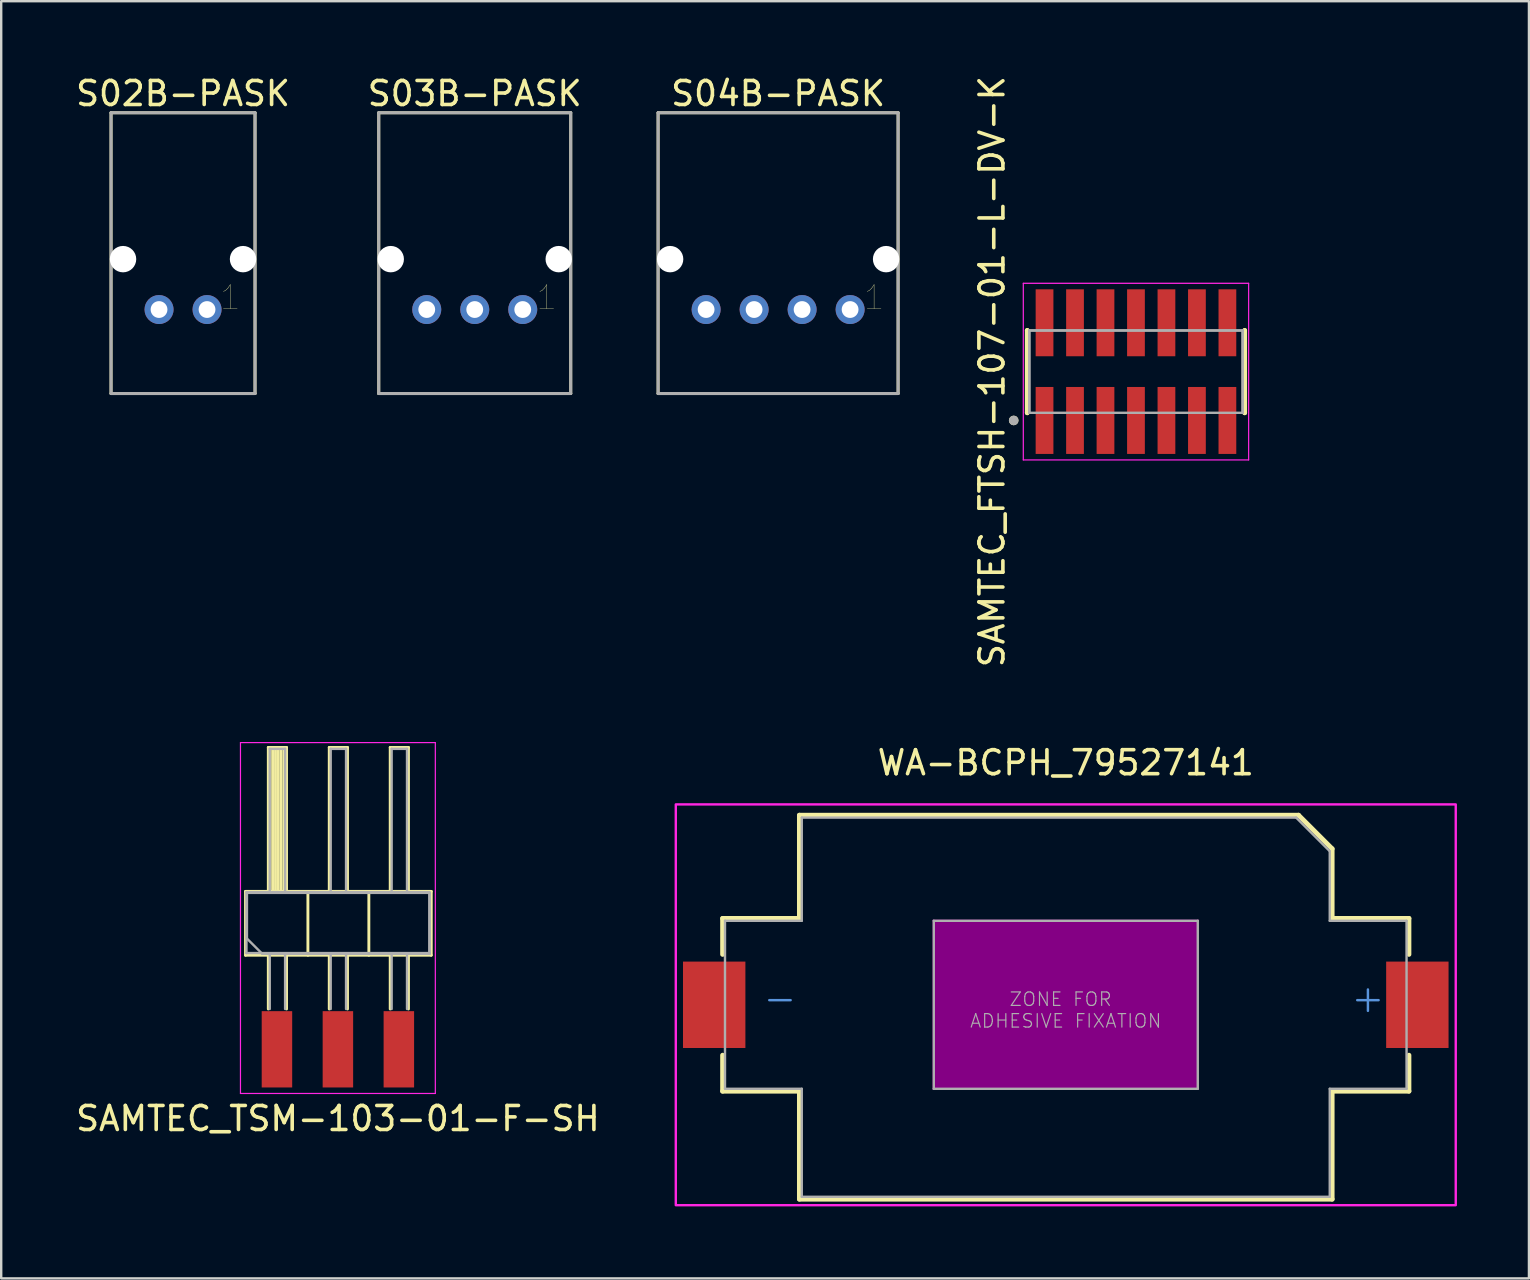
<source format=kicad_pcb>
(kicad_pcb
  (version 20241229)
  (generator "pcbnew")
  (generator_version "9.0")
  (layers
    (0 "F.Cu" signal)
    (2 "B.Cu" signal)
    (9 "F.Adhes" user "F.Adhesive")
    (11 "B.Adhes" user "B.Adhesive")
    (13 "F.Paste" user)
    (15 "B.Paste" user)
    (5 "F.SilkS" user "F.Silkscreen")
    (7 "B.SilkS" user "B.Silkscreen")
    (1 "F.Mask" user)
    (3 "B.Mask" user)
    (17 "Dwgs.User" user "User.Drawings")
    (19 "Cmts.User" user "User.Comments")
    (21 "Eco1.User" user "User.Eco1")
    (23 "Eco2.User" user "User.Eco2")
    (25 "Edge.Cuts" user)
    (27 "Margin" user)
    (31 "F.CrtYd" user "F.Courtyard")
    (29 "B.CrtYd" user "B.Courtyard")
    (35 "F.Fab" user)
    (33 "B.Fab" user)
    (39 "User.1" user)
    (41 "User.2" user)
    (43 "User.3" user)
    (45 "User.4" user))
  (footprint "WA-BCPH_79527141"
    (layer "F.Cu")
    (at 41.36 38.819)
    (property "Reference" "WA-BCPH_79527141" (at 0 -9.5 0) (layer "F.SilkS") (effects (font (size 1 1) (thickness 0.15)) (justify bottom)))
    (fp_line (start -14.3 -3.6) (end -14.3 -2.1) (stroke (width 0.2) (type solid)) (layer "F.SilkS"))
    (fp_line (start -14.3 -3.6) (end -11.1 -3.6) (stroke (width 0.2) (type solid)) (layer "F.SilkS"))
    (fp_line (start -14.3 3.6) (end -14.3 2.1) (stroke (width 0.2) (type solid)) (layer "F.SilkS"))
    (fp_line (start -11.1 -7.9) (end 9.7 -7.9) (stroke (width 0.2) (type solid)) (layer "F.SilkS"))
    (fp_line (start -11.1 -3.6) (end -11.1 -7.9) (stroke (width 0.2) (type solid)) (layer "F.SilkS"))
    (fp_line (start -11.1 3.6) (end -14.3 3.6) (stroke (width 0.2) (type solid)) (layer "F.SilkS"))
    (fp_line (start -11.1 8.1) (end -11.1 3.6) (stroke (width 0.2) (type solid)) (layer "F.SilkS"))
    (fp_line (start 9.7 -7.9) (end 11.1 -6.5) (stroke (width 0.2) (type solid)) (layer "F.SilkS"))
    (fp_line (start 11.1 -6.5) (end 11.1 -3.6) (stroke (width 0.2) (type solid)) (layer "F.SilkS"))
    (fp_line (start 11.1 -3.6) (end 14.3 -3.6) (stroke (width 0.2) (type solid)) (layer "F.SilkS"))
    (fp_line (start 11.1 3.6) (end 11.1 8.1) (stroke (width 0.2) (type solid)) (layer "F.SilkS"))
    (fp_line (start 11.1 8.1) (end -11.1 8.1) (stroke (width 0.2) (type solid)) (layer "F.SilkS"))
    (fp_line (start 14.3 -3.6) (end 14.3 -2.1) (stroke (width 0.2) (type solid)) (layer "F.SilkS"))
    (fp_line (start 14.3 2.1) (end 14.3 3.6) (stroke (width 0.2) (type solid)) (layer "F.SilkS"))
    (fp_line (start 14.3 3.6) (end 11.1 3.6) (stroke (width 0.2) (type solid)) (layer "F.SilkS"))
    (fp_poly (pts (xy 5.55 3.55) (xy -5.55 3.55) (xy -5.55 -3.55) (xy 5.55 -3.55)) (stroke (width 0) (type default)) (fill yes) (layer "F.Adhes"))
    (fp_poly (pts (xy 16.25 8.35) (xy -16.25 8.35) (xy -16.25 -8.35) (xy 16.25 -8.35)) (stroke (width 0.1) (type default)) (fill no) (layer "F.CrtYd"))
    (fp_line (start -14.2 -3.5) (end -11 -3.5) (stroke (width 0.1) (type solid)) (layer "F.Fab"))
    (fp_line (start -14.2 3.5) (end -14.2 -3.5) (stroke (width 0.1) (type solid)) (layer "F.Fab"))
    (fp_line (start -14.2 3.5) (end -11 3.5) (stroke (width 0.1) (type solid)) (layer "F.Fab"))
    (fp_line (start -11 -7.8) (end 9.6 -7.8) (stroke (width 0.1) (type solid)) (layer "F.Fab"))
    (fp_line (start -11 -3.5) (end -11 -7.8) (stroke (width 0.1) (type solid)) (layer "F.Fab"))
    (fp_line (start -11 3.5) (end -11 8) (stroke (width 0.1) (type solid)) (layer "F.Fab"))
    (fp_line (start -11 8) (end 11 8) (stroke (width 0.1) (type solid)) (layer "F.Fab"))
    (fp_line (start -5.5 -3.5) (end 5.5 -3.5) (stroke (width 0.1) (type solid)) (layer "F.Fab"))
    (fp_line (start -5.5 3.5) (end -5.5 -3.5) (stroke (width 0.1) (type solid)) (layer "F.Fab"))
    (fp_line (start 5.5 -3.5) (end 5.5 3.5) (stroke (width 0.1) (type solid)) (layer "F.Fab"))
    (fp_line (start 5.5 3.5) (end -5.5 3.5) (stroke (width 0.1) (type solid)) (layer "F.Fab"))
    (fp_line (start 9.6 -7.8) (end 11 -6.4) (stroke (width 0.1) (type solid)) (layer "F.Fab"))
    (fp_line (start 11 -6.4) (end 11 -3.5) (stroke (width 0.1) (type solid)) (layer "F.Fab"))
    (fp_line (start 11 -3.5) (end 14.2 -3.5) (stroke (width 0.1) (type solid)) (layer "F.Fab"))
    (fp_line (start 11 8) (end 11 3.5) (stroke (width 0.1) (type solid)) (layer "F.Fab"))
    (fp_line (start 14.2 -3.5) (end 14.2 3.5) (stroke (width 0.1) (type solid)) (layer "F.Fab"))
    (fp_line (start 14.2 3.5) (end 11 3.5) (stroke (width 0.1) (type solid)) (layer "F.Fab"))
    (fp_text user "+" (at 11.8 0.4 0) (layer "Cmts.User") (effects (font (size 1.168 1.168) (thickness 0.102)) (justify left bottom)))
    (fp_text user "-" (at -12.7 0.4 0) (layer "Cmts.User") (effects (font (size 1.168 1.168) (thickness 0.102)) (justify left bottom)))
    (fp_text user "ZONE FOR \nADHESIVE FIXATION" (at 0 1 0) (layer "F.Fab") (effects (font (size 0.561 0.561) (thickness 0.049)) (justify bottom)))
    (pad "1" smd rect (at 14.65 0) (size 2.6 3.6) (layers "F.Cu" "F.Mask" "F.Paste"))
    (pad "2" smd rect (at -14.65 0) (size 2.6 3.6) (layers "F.Cu" "F.Mask" "F.Paste")))
  (footprint "S04B-PASK"
    (layer "F.Cu")
    (at 29.373 9.848)
    (property "Reference" "S04B-PASK" (at 0 -9 0) (layer "F.SilkS") (effects (font (size 1 1) (thickness 0.15))))
    (attr through_hole)
    (fp_line (start -5 -8.2) (end 5 -8.2) (stroke (width 0.12) (type solid)) (layer "F.SilkS"))
    (fp_line (start -5 3.5) (end -5 -8.2) (stroke (width 0.12) (type solid)) (layer "F.SilkS"))
    (fp_line (start 5 -8.2) (end 5 3.5) (stroke (width 0.12) (type solid)) (layer "F.SilkS"))
    (fp_line (start 5 3.5) (end -5 3.5) (stroke (width 0.12) (type solid)) (layer "F.SilkS"))
    (fp_line (start -5 3.5) (end -5 -8.2) (stroke (width 0.127) (type solid)) (layer "F.Fab"))
    (fp_line (start -5 3.5) (end 5 3.5) (stroke (width 0.127) (type solid)) (layer "F.Fab"))
    (fp_line (start 5 -8.2) (end -5 -8.2) (stroke (width 0.127) (type solid)) (layer "F.Fab"))
    (fp_line (start 5 -8.2) (end 5 3.5) (stroke (width 0.127) (type solid)) (layer "F.Fab"))
    (fp_text user "1" (at 4 -0.5 0) (layer "F.SilkS") (effects (font (size 1 1) (thickness 0.015))))
    (pad "" np_thru_hole circle (at -4.5 -2.1) (size 1.1 1.1) (drill 1.1) (layers "*.Cu" "*.Mask"))
    (pad "" np_thru_hole circle (at 4.5 -2.1) (size 1.1 1.1) (drill 1.1) (layers "*.Cu" "*.Mask"))
    (pad "1" thru_hole circle (at -3 0) (size 1.208 1.208) (drill 0.7) (layers "*.Cu" "*.Mask"))
    (pad "2" thru_hole circle (at -1 0) (size 1.208 1.208) (drill 0.7) (layers "*.Cu" "*.Mask"))
    (pad "3" thru_hole circle (at 1 0) (size 1.208 1.208) (drill 0.7) (layers "*.Cu" "*.Mask"))
    (pad "4" thru_hole circle (at 3 0) (size 1.208 1.208) (drill 0.7) (layers "*.Cu" "*.Mask" "B.Adhes")))
  (footprint "S03B-PASK"
    (layer "F.Cu")
    (at 16.732 9.848)
    (property "Reference" "S03B-PASK" (at 0 -9 0) (layer "F.SilkS") (effects (font (size 1 1) (thickness 0.15))))
    (attr through_hole)
    (fp_line (start -4 -8.2) (end 4 -8.2) (stroke (width 0.12) (type solid)) (layer "F.SilkS"))
    (fp_line (start -4 3.5) (end -4 -8.2) (stroke (width 0.12) (type solid)) (layer "F.SilkS"))
    (fp_line (start 4 -8.2) (end 4 3.5) (stroke (width 0.12) (type solid)) (layer "F.SilkS"))
    (fp_line (start 4 3.5) (end -4 3.5) (stroke (width 0.12) (type solid)) (layer "F.SilkS"))
    (fp_line (start -4 3.5) (end -4 -8.2) (stroke (width 0.127) (type solid)) (layer "F.Fab"))
    (fp_line (start -4 3.5) (end 4 3.5) (stroke (width 0.127) (type solid)) (layer "F.Fab"))
    (fp_line (start 4 -8.2) (end -4 -8.2) (stroke (width 0.127) (type solid)) (layer "F.Fab"))
    (fp_line (start 4 -8.2) (end 4 3.5) (stroke (width 0.127) (type solid)) (layer "F.Fab"))
    (fp_text user "1" (at 3 -0.5 0) (layer "F.SilkS") (effects (font (size 1 1) (thickness 0.015))))
    (pad "" np_thru_hole circle (at -3.5 -2.1) (size 1.1 1.1) (drill 1.1) (layers "*.Cu" "*.Mask"))
    (pad "" np_thru_hole circle (at 3.5 -2.1) (size 1.1 1.1) (drill 1.1) (layers "*.Cu" "*.Mask"))
    (pad "1" thru_hole circle (at -2 0) (size 1.208 1.208) (drill 0.7) (layers "*.Cu" "*.Mask"))
    (pad "2" thru_hole circle (at 0 0) (size 1.208 1.208) (drill 0.7) (layers "*.Cu" "*.Mask"))
    (pad "3" thru_hole circle (at 2 0) (size 1.208 1.208) (drill 0.7) (layers "*.Cu" "*.Mask")))
  (footprint "S02B-PASK"
    (layer "F.Cu")
    (at 4.577 9.848)
    (property "Reference" "S02B-PASK" (at 0 -9 0) (layer "F.SilkS") (effects (font (size 1 1) (thickness 0.15))))
    (attr through_hole)
    (fp_line (start -3 -8.2) (end 3 -8.2) (stroke (width 0.12) (type solid)) (layer "F.SilkS"))
    (fp_line (start -3 3.5) (end -3 -8.2) (stroke (width 0.12) (type solid)) (layer "F.SilkS"))
    (fp_line (start 3 -8.2) (end 3 3.5) (stroke (width 0.12) (type solid)) (layer "F.SilkS"))
    (fp_line (start 3 3.5) (end -3 3.5) (stroke (width 0.12) (type solid)) (layer "F.SilkS"))
    (fp_line (start -3 3.5) (end -3 -8.2) (stroke (width 0.127) (type solid)) (layer "F.Fab"))
    (fp_line (start -3 3.5) (end 3 3.5) (stroke (width 0.127) (type solid)) (layer "F.Fab"))
    (fp_line (start 3 -8.2) (end -3 -8.2) (stroke (width 0.127) (type solid)) (layer "F.Fab"))
    (fp_line (start 3 -8.2) (end 3 3.5) (stroke (width 0.127) (type solid)) (layer "F.Fab"))
    (fp_text user "1" (at 1.968 -0.5 0) (layer "F.SilkS") (effects (font (size 1 1) (thickness 0.015))))
    (pad "" np_thru_hole circle (at -2.5 -2.1) (size 1.1 1.1) (drill 1.1) (layers "*.Cu" "*.Mask"))
    (pad "" np_thru_hole circle (at 2.5 -2.1) (size 1.1 1.1) (drill 1.1) (layers "*.Cu" "*.Mask"))
    (pad "1" thru_hole circle (at 1 0) (size 1.208 1.208) (drill 0.7) (layers "*.Cu" "*.Mask" "B.Adhes"))
    (pad "2" thru_hole circle (at -1 0) (size 1.208 1.208) (drill 0.7) (layers "*.Cu" "*.Mask")))
  (footprint "SAMTEC_FTSH-107-01-L-DV-K"
    (layer "F.Cu")
    (at 44.285 12.435)
    (property "Reference" "SAMTEC_FTSH-107-01-L-DV-K" (at -6 0 90) (layer "F.SilkS") (effects (font (size 1 1) (thickness 0.15))))
    (attr smd)
    (fp_line (start -4.53 -1.715) (end -4.53 -1.715) (stroke (width 0.2) (type solid)) (layer "F.SilkS"))
    (fp_line (start -4.53 1.715) (end -4.53 -1.715) (stroke (width 0.2) (type solid)) (layer "F.SilkS"))
    (fp_line (start -4.53 1.715) (end -4.53 1.715) (stroke (width 0.2) (type solid)) (layer "F.SilkS"))
    (fp_line (start 4.53 -1.715) (end 4.53 -1.715) (stroke (width 0.2) (type solid)) (layer "F.SilkS"))
    (fp_line (start 4.53 -1.715) (end 4.53 1.715) (stroke (width 0.2) (type solid)) (layer "F.SilkS"))
    (fp_line (start 4.53 1.715) (end 4.53 1.715) (stroke (width 0.2) (type solid)) (layer "F.SilkS"))
    (fp_circle (center -5.095 2.035) (end -4.995 2.035) (stroke (width 0.2) (type solid)) (fill no) (layer "F.SilkS"))
    (fp_line (start -4.695 -3.68) (end 4.695 -3.68) (stroke (width 0.05) (type solid)) (layer "F.CrtYd"))
    (fp_line (start -4.695 3.68) (end -4.695 -3.68) (stroke (width 0.05) (type solid)) (layer "F.CrtYd"))
    (fp_line (start 4.695 -3.68) (end 4.695 3.68) (stroke (width 0.05) (type solid)) (layer "F.CrtYd"))
    (fp_line (start 4.695 3.68) (end -4.695 3.68) (stroke (width 0.05) (type solid)) (layer "F.CrtYd"))
    (fp_line (start -4.445 -1.715) (end 4.445 -1.715) (stroke (width 0.1) (type solid)) (layer "F.Fab"))
    (fp_line (start -4.445 -1.715) (end 4.445 -1.715) (stroke (width 0.1) (type solid)) (layer "F.Fab"))
    (fp_line (start -4.445 1.715) (end -4.445 -1.715) (stroke (width 0.1) (type solid)) (layer "F.Fab"))
    (fp_line (start -4.445 1.715) (end -4.445 -1.715) (stroke (width 0.1) (type solid)) (layer "F.Fab"))
    (fp_line (start 4.445 -1.715) (end 4.445 1.715) (stroke (width 0.1) (type solid)) (layer "F.Fab"))
    (fp_line (start 4.445 -1.715) (end 4.445 1.715) (stroke (width 0.1) (type solid)) (layer "F.Fab"))
    (fp_line (start 4.445 1.715) (end -4.445 1.715) (stroke (width 0.1) (type solid)) (layer "F.Fab"))
    (fp_circle (center -5.095 2.035) (end -4.995 2.035) (stroke (width 0.2) (type solid)) (fill no) (layer "F.Fab"))
    (pad "1" smd rect (at -3.81 2.035) (size 0.74 2.79) (layers "F.Cu" "F.Mask" "F.Paste"))
    (pad "2" smd rect (at -3.81 -2.035) (size 0.74 2.79) (layers "F.Cu" "F.Mask" "F.Paste"))
    (pad "3" smd rect (at -2.54 2.035) (size 0.74 2.79) (layers "F.Cu" "F.Mask" "F.Paste"))
    (pad "4" smd rect (at -2.54 -2.035) (size 0.74 2.79) (layers "F.Cu" "F.Mask" "F.Paste"))
    (pad "5" smd rect (at -1.27 2.035) (size 0.74 2.79) (layers "F.Cu" "F.Mask" "F.Paste"))
    (pad "6" smd rect (at -1.27 -2.035) (size 0.74 2.79) (layers "F.Cu" "F.Mask" "F.Paste"))
    (pad "7" smd rect (at 0 2.035) (size 0.74 2.79) (layers "F.Cu" "F.Mask" "F.Paste"))
    (pad "8" smd rect (at 0 -2.035) (size 0.74 2.79) (layers "F.Cu" "F.Mask" "F.Paste"))
    (pad "9" smd rect (at 1.27 2.035) (size 0.74 2.79) (layers "F.Cu" "F.Mask" "F.Paste"))
    (pad "10" smd rect (at 1.27 -2.035) (size 0.74 2.79) (layers "F.Cu" "F.Mask" "F.Paste"))
    (pad "11" smd rect (at 2.54 2.035) (size 0.74 2.79) (layers "F.Cu" "F.Mask" "F.Paste"))
    (pad "12" smd rect (at 2.54 -2.035) (size 0.74 2.79) (layers "F.Cu" "F.Mask" "F.Paste"))
    (pad "13" smd rect (at 3.81 2.035) (size 0.74 2.79) (layers "F.Cu" "F.Mask" "F.Paste"))
    (pad "14" smd rect (at 3.81 -2.035) (size 0.74 2.79) (layers "F.Cu" "F.Mask" "F.Paste")))
  (footprint "SAMTEC_TSM-103-01-F-SH"
    (layer "F.Cu")
    (at 11.03 35.394)
    (property "Reference" "SAMTEC_TSM-103-01-F-SH" (at 0 8.165 0) (layer "F.SilkS") (effects (font (size 1 1) (thickness 0.15))))
    (attr smd)
    (fp_line (start -3.85 -1.3) (end -3.85 1.36) (stroke (width 0.12) (type solid)) (layer "F.SilkS"))
    (fp_line (start -3.85 1.36) (end 3.89 1.36) (stroke (width 0.12) (type solid)) (layer "F.SilkS"))
    (fp_line (start -2.9 -7.3) (end -2.14 -7.3) (stroke (width 0.12) (type solid)) (layer "F.SilkS"))
    (fp_line (start -2.9 -1.3) (end -2.9 -7.3) (stroke (width 0.12) (type solid)) (layer "F.SilkS"))
    (fp_line (start -2.9 3.6) (end -2.9 1.36) (stroke (width 0.12) (type solid)) (layer "F.SilkS"))
    (fp_line (start -2.84 -1.3) (end -2.84 -7.3) (stroke (width 0.12) (type solid)) (layer "F.SilkS"))
    (fp_line (start -2.72 -1.3) (end -2.72 -7.3) (stroke (width 0.12) (type solid)) (layer "F.SilkS"))
    (fp_line (start -2.6 -1.3) (end -2.6 -7.3) (stroke (width 0.12) (type solid)) (layer "F.SilkS"))
    (fp_line (start -2.48 -1.3) (end -2.48 -7.3) (stroke (width 0.12) (type solid)) (layer "F.SilkS"))
    (fp_line (start -2.36 -1.3) (end -2.36 -7.3) (stroke (width 0.12) (type solid)) (layer "F.SilkS"))
    (fp_line (start -2.24 -1.3) (end -2.24 -7.3) (stroke (width 0.12) (type solid)) (layer "F.SilkS"))
    (fp_line (start -2.14 -7.3) (end -2.14 -1.3) (stroke (width 0.12) (type solid)) (layer "F.SilkS"))
    (fp_line (start -2.14 3.6) (end -2.14 1.36) (stroke (width 0.12) (type solid)) (layer "F.SilkS"))
    (fp_line (start -1.25 1.36) (end -1.25 -1.3) (stroke (width 0.12) (type solid)) (layer "F.SilkS"))
    (fp_line (start -0.36 -7.3) (end 0.4 -7.3) (stroke (width 0.12) (type solid)) (layer "F.SilkS"))
    (fp_line (start -0.36 -1.3) (end -0.36 -7.3) (stroke (width 0.12) (type solid)) (layer "F.SilkS"))
    (fp_line (start -0.36 3.6) (end -0.36 1.36) (stroke (width 0.12) (type solid)) (layer "F.SilkS"))
    (fp_line (start 0.4 -7.3) (end 0.4 -1.3) (stroke (width 0.12) (type solid)) (layer "F.SilkS"))
    (fp_line (start 0.4 3.6) (end 0.4 1.36) (stroke (width 0.12) (type solid)) (layer "F.SilkS"))
    (fp_line (start 1.29 1.36) (end 1.29 -1.3) (stroke (width 0.12) (type solid)) (layer "F.SilkS"))
    (fp_line (start 2.18 -7.3) (end 2.94 -7.3) (stroke (width 0.12) (type solid)) (layer "F.SilkS"))
    (fp_line (start 2.18 -1.3) (end 2.18 -7.3) (stroke (width 0.12) (type solid)) (layer "F.SilkS"))
    (fp_line (start 2.18 3.6) (end 2.18 1.36) (stroke (width 0.12) (type solid)) (layer "F.SilkS"))
    (fp_line (start 2.94 -7.3) (end 2.94 -1.3) (stroke (width 0.12) (type solid)) (layer "F.SilkS"))
    (fp_line (start 2.94 3.6) (end 2.94 1.36) (stroke (width 0.12) (type solid)) (layer "F.SilkS"))
    (fp_line (start 3.89 -1.3) (end -3.85 -1.3) (stroke (width 0.12) (type solid)) (layer "F.SilkS"))
    (fp_line (start 3.89 1.36) (end 3.89 -1.3) (stroke (width 0.12) (type solid)) (layer "F.SilkS"))
    (fp_line (start -4.06 -7.5) (end -4.06 7.12) (stroke (width 0.05) (type solid)) (layer "F.CrtYd"))
    (fp_line (start -4.06 7.12) (end 4.06 7.12) (stroke (width 0.05) (type solid)) (layer "F.CrtYd"))
    (fp_line (start 4.06 -7.5) (end -4.06 -7.5) (stroke (width 0.05) (type solid)) (layer "F.CrtYd"))
    (fp_line (start 4.06 7.12) (end 4.06 -7.5) (stroke (width 0.05) (type solid)) (layer "F.CrtYd"))
    (fp_line (start -3.81 -1.27) (end -2.54 -1.27) (stroke (width 0.1) (type solid)) (layer "F.Fab"))
    (fp_line (start -3.81 1.27) (end -3.81 -1.27) (stroke (width 0.1) (type solid)) (layer "F.Fab"))
    (fp_line (start -3.81 1.27) (end 3.81 1.27) (stroke (width 0.1) (type solid)) (layer "F.Fab"))
    (fp_line (start -3.79 -1.24) (end 3.83 -1.24) (stroke (width 0.1) (type solid)) (layer "F.Fab"))
    (fp_line (start -3.79 0.665) (end -3.79 -1.24) (stroke (width 0.1) (type solid)) (layer "F.Fab"))
    (fp_line (start -3.155 1.3) (end -3.79 0.665) (stroke (width 0.1) (type solid)) (layer "F.Fab"))
    (fp_line (start -2.84 -7.24) (end -2.2 -7.24) (stroke (width 0.1) (type solid)) (layer "F.Fab"))
    (fp_line (start -2.84 -1.24) (end -2.84 -7.24) (stroke (width 0.1) (type solid)) (layer "F.Fab"))
    (fp_line (start -2.84 3.6) (end -2.84 1.3) (stroke (width 0.1) (type solid)) (layer "F.Fab"))
    (fp_line (start -2.54 -1.27) (end 2.54 -1.27) (stroke (width 0.1) (type solid)) (layer "F.Fab"))
    (fp_line (start -2.2 -1.24) (end -2.2 -7.24) (stroke (width 0.1) (type solid)) (layer "F.Fab"))
    (fp_line (start -2.2 3.6) (end -2.2 1.3) (stroke (width 0.1) (type solid)) (layer "F.Fab"))
    (fp_line (start -1.588 -1.27) (end -0.952 -1.27) (stroke (width 0.1) (type solid)) (layer "F.Fab"))
    (fp_line (start -0.3 -7.24) (end 0.34 -7.24) (stroke (width 0.1) (type solid)) (layer "F.Fab"))
    (fp_line (start -0.3 -1.24) (end -0.3 -7.24) (stroke (width 0.1) (type solid)) (layer "F.Fab"))
    (fp_line (start -0.3 3.6) (end -0.3 1.3) (stroke (width 0.1) (type solid)) (layer "F.Fab"))
    (fp_line (start 0.34 -1.24) (end 0.34 -7.24) (stroke (width 0.1) (type solid)) (layer "F.Fab"))
    (fp_line (start 0.34 3.6) (end 0.34 1.3) (stroke (width 0.1) (type solid)) (layer "F.Fab"))
    (fp_line (start 2.24 -7.24) (end 2.88 -7.24) (stroke (width 0.1) (type solid)) (layer "F.Fab"))
    (fp_line (start 2.24 -1.24) (end 2.24 -7.24) (stroke (width 0.1) (type solid)) (layer "F.Fab"))
    (fp_line (start 2.24 3.6) (end 2.24 1.3) (stroke (width 0.1) (type solid)) (layer "F.Fab"))
    (fp_line (start 2.54 -1.27) (end 3.81 -1.27) (stroke (width 0.1) (type solid)) (layer "F.Fab"))
    (fp_line (start 2.88 -1.24) (end 2.88 -7.24) (stroke (width 0.1) (type solid)) (layer "F.Fab"))
    (fp_line (start 2.88 3.6) (end 2.88 1.38) (stroke (width 0.1) (type solid)) (layer "F.Fab"))
    (fp_line (start 3.81 -1.27) (end 3.81 1.27) (stroke (width 0.1) (type solid)) (layer "F.Fab"))
    (fp_line (start 3.83 -1.24) (end 3.83 1.3) (stroke (width 0.1) (type solid)) (layer "F.Fab"))
    (fp_line (start 3.83 1.3) (end -3.155 1.3) (stroke (width 0.1) (type solid)) (layer "F.Fab"))
    (pad "1" smd rect (at -2.54 5.28) (size 1.27 3.18) (layers "F.Cu" "F.Mask" "F.Paste"))
    (pad "2" smd rect (at 0 5.28) (size 1.27 3.18) (layers "F.Cu" "F.Mask" "F.Paste"))
    (pad "3" smd rect (at 2.54 5.28) (size 1.27 3.18) (layers "F.Cu" "F.Mask" "F.Paste")))
  (gr_rect
    (start -3 -3)
    (end 60.66 50.219)
    (stroke (width 0.1) (type default))
    (fill no)
    (layer "Edge.Cuts")))
</source>
